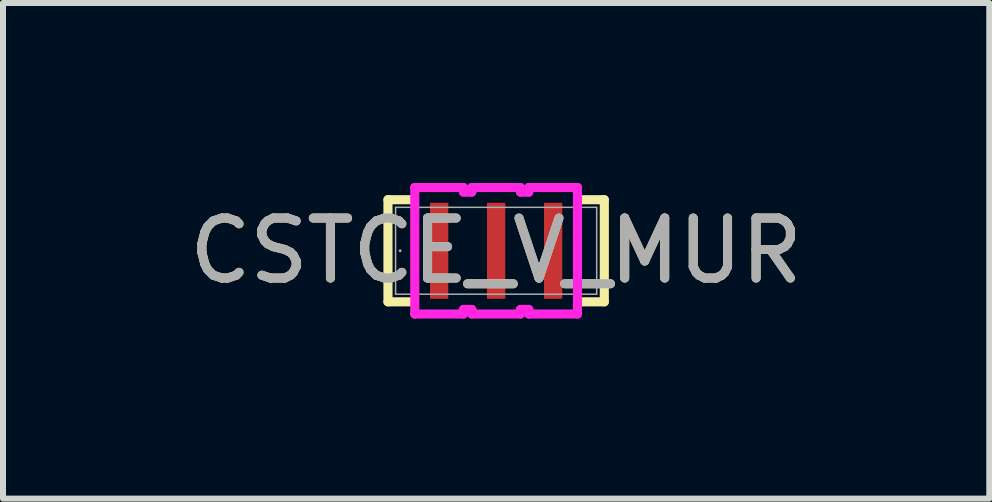
<source format=kicad_pcb>
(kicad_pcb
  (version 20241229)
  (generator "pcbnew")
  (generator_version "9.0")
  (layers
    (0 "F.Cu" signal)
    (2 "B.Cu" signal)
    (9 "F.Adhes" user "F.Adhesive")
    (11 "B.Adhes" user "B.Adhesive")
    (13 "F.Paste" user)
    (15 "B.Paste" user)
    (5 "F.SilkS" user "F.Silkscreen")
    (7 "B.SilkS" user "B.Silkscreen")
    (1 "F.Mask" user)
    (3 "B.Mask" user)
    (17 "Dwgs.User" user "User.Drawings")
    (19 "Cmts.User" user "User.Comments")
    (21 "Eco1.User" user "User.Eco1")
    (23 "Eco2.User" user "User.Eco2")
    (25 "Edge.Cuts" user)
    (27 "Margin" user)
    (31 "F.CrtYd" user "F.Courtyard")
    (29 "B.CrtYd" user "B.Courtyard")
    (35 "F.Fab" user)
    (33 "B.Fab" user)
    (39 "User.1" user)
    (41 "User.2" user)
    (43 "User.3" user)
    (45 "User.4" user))
  (footprint "CSTCE_V_MUR"
    (layer "F.Cu")
    (at 5.22 1.13)
    (property "Reference" "CSTCE_V_MUR" (at 0 0 0) (unlocked yes) (layer "F.SilkS") (effects (font (size 1 1) (thickness 0.15))))
    (attr smd)
    (fp_line (start -1.803 -0.851) (end -1.803 0.851) (stroke (width 0.152) (type solid)) (layer "F.SilkS"))
    (fp_line (start -1.803 0.851) (end -1.431 0.851) (stroke (width 0.152) (type solid)) (layer "F.SilkS"))
    (fp_line (start -1.431 -0.851) (end -1.803 -0.851) (stroke (width 0.152) (type solid)) (layer "F.SilkS"))
    (fp_line (start 1.431 0.851) (end 1.803 0.851) (stroke (width 0.152) (type solid)) (layer "F.SilkS"))
    (fp_line (start 1.803 -0.851) (end 1.431 -0.851) (stroke (width 0.152) (type solid)) (layer "F.SilkS"))
    (fp_line (start 1.803 0.851) (end 1.803 -0.851) (stroke (width 0.152) (type solid)) (layer "F.SilkS"))
    (fp_line (start -1.356 -1.054) (end -0.544 -1.054) (stroke (width 0.152) (type solid)) (layer "F.CrtYd"))
    (fp_line (start -1.356 1.054) (end -1.356 -1.054) (stroke (width 0.152) (type solid)) (layer "F.CrtYd"))
    (fp_line (start -1.356 1.054) (end -0.544 1.054) (stroke (width 0.152) (type solid)) (layer "F.CrtYd"))
    (fp_line (start -0.544 -1.054) (end -0.544 -0.978) (stroke (width 0.152) (type solid)) (layer "F.CrtYd"))
    (fp_line (start -0.544 -0.978) (end -0.406 -0.978) (stroke (width 0.152) (type solid)) (layer "F.CrtYd"))
    (fp_line (start -0.544 0.978) (end -0.406 0.978) (stroke (width 0.152) (type solid)) (layer "F.CrtYd"))
    (fp_line (start -0.544 1.054) (end -0.544 0.978) (stroke (width 0.152) (type solid)) (layer "F.CrtYd"))
    (fp_line (start -0.406 -1.054) (end 0.406 -1.054) (stroke (width 0.152) (type solid)) (layer "F.CrtYd"))
    (fp_line (start -0.406 -0.978) (end -0.406 -1.054) (stroke (width 0.152) (type solid)) (layer "F.CrtYd"))
    (fp_line (start -0.406 0.978) (end -0.406 1.054) (stroke (width 0.152) (type solid)) (layer "F.CrtYd"))
    (fp_line (start -0.406 1.054) (end 0.406 1.054) (stroke (width 0.152) (type solid)) (layer "F.CrtYd"))
    (fp_line (start 0.406 -0.978) (end 0.406 -1.054) (stroke (width 0.152) (type solid)) (layer "F.CrtYd"))
    (fp_line (start 0.406 0.978) (end 0.406 1.054) (stroke (width 0.152) (type solid)) (layer "F.CrtYd"))
    (fp_line (start 0.544 -1.054) (end 0.544 -0.978) (stroke (width 0.152) (type solid)) (layer "F.CrtYd"))
    (fp_line (start 0.544 -0.978) (end 0.406 -0.978) (stroke (width 0.152) (type solid)) (layer "F.CrtYd"))
    (fp_line (start 0.544 0.978) (end 0.406 0.978) (stroke (width 0.152) (type solid)) (layer "F.CrtYd"))
    (fp_line (start 0.544 1.054) (end 0.544 0.978) (stroke (width 0.152) (type solid)) (layer "F.CrtYd"))
    (fp_line (start 1.356 -1.054) (end 0.544 -1.054) (stroke (width 0.152) (type solid)) (layer "F.CrtYd"))
    (fp_line (start 1.356 -1.054) (end 1.356 1.054) (stroke (width 0.152) (type solid)) (layer "F.CrtYd"))
    (fp_line (start 1.356 1.054) (end 0.544 1.054) (stroke (width 0.152) (type solid)) (layer "F.CrtYd"))
    (fp_line (start -1.676 -0.724) (end -1.676 0.724) (stroke (width 0.025) (type solid)) (layer "F.Fab"))
    (fp_line (start -1.676 0.724) (end 1.676 0.724) (stroke (width 0.025) (type solid)) (layer "F.Fab"))
    (fp_line (start 1.676 -0.724) (end -1.676 -0.724) (stroke (width 0.025) (type solid)) (layer "F.Fab"))
    (fp_line (start 1.676 0.724) (end 1.676 -0.724) (stroke (width 0.025) (type solid)) (layer "F.Fab"))
    (fp_circle (center -1.6 0) (end -1.6 0) (stroke (width 0.025) (type solid)) (fill no) (layer "F.Fab"))
    (fp_text user "${REFERENCE}" (at 0 0 0) (unlocked yes) (layer "F.Fab") (effects (font (size 1 1) (thickness 0.15))))
    (pad "1" smd rect (at -0.95 0) (size 0.305 1.6) (layers "F.Cu" "F.Mask" "F.Paste"))
    (pad "2" smd rect (at 0 0) (size 0.305 1.6) (layers "F.Cu" "F.Mask" "F.Paste"))
    (pad "3" smd rect (at 0.95 0) (size 0.305 1.6) (layers "F.Cu" "F.Mask" "F.Paste"))
    (zone (net_name "") (layer "F.Cu") (hatch full 0.508) (connect_pads) (min_thickness 0.254) (filled_areas_thickness no) (keepout (tracks not_allowed) (vias not_allowed) (pads allowed) (copperpour not_allowed) (footprints allowed)) (placement (enabled no)) (fill) (polygon (pts (xy 5.017 0.457) (xy 4.473 0.457) (xy 4.473 1.803) (xy 5.017 1.803))))
    (zone (net_name "") (layer "F.Cu") (hatch full 0.508) (connect_pads) (min_thickness 0.254) (filled_areas_thickness no) (keepout (tracks not_allowed) (vias not_allowed) (pads allowed) (copperpour not_allowed) (footprints allowed)) (placement (enabled no)) (fill) (polygon (pts (xy 5.967 0.457) (xy 5.423 0.457) (xy 5.423 1.803) (xy 5.967 1.803)))))
  (gr_rect
    (start -3 -3)
    (end 13.44 5.261)
    (stroke (width 0.1) (type default))
    (fill no)
    (layer "Edge.Cuts")))
</source>
